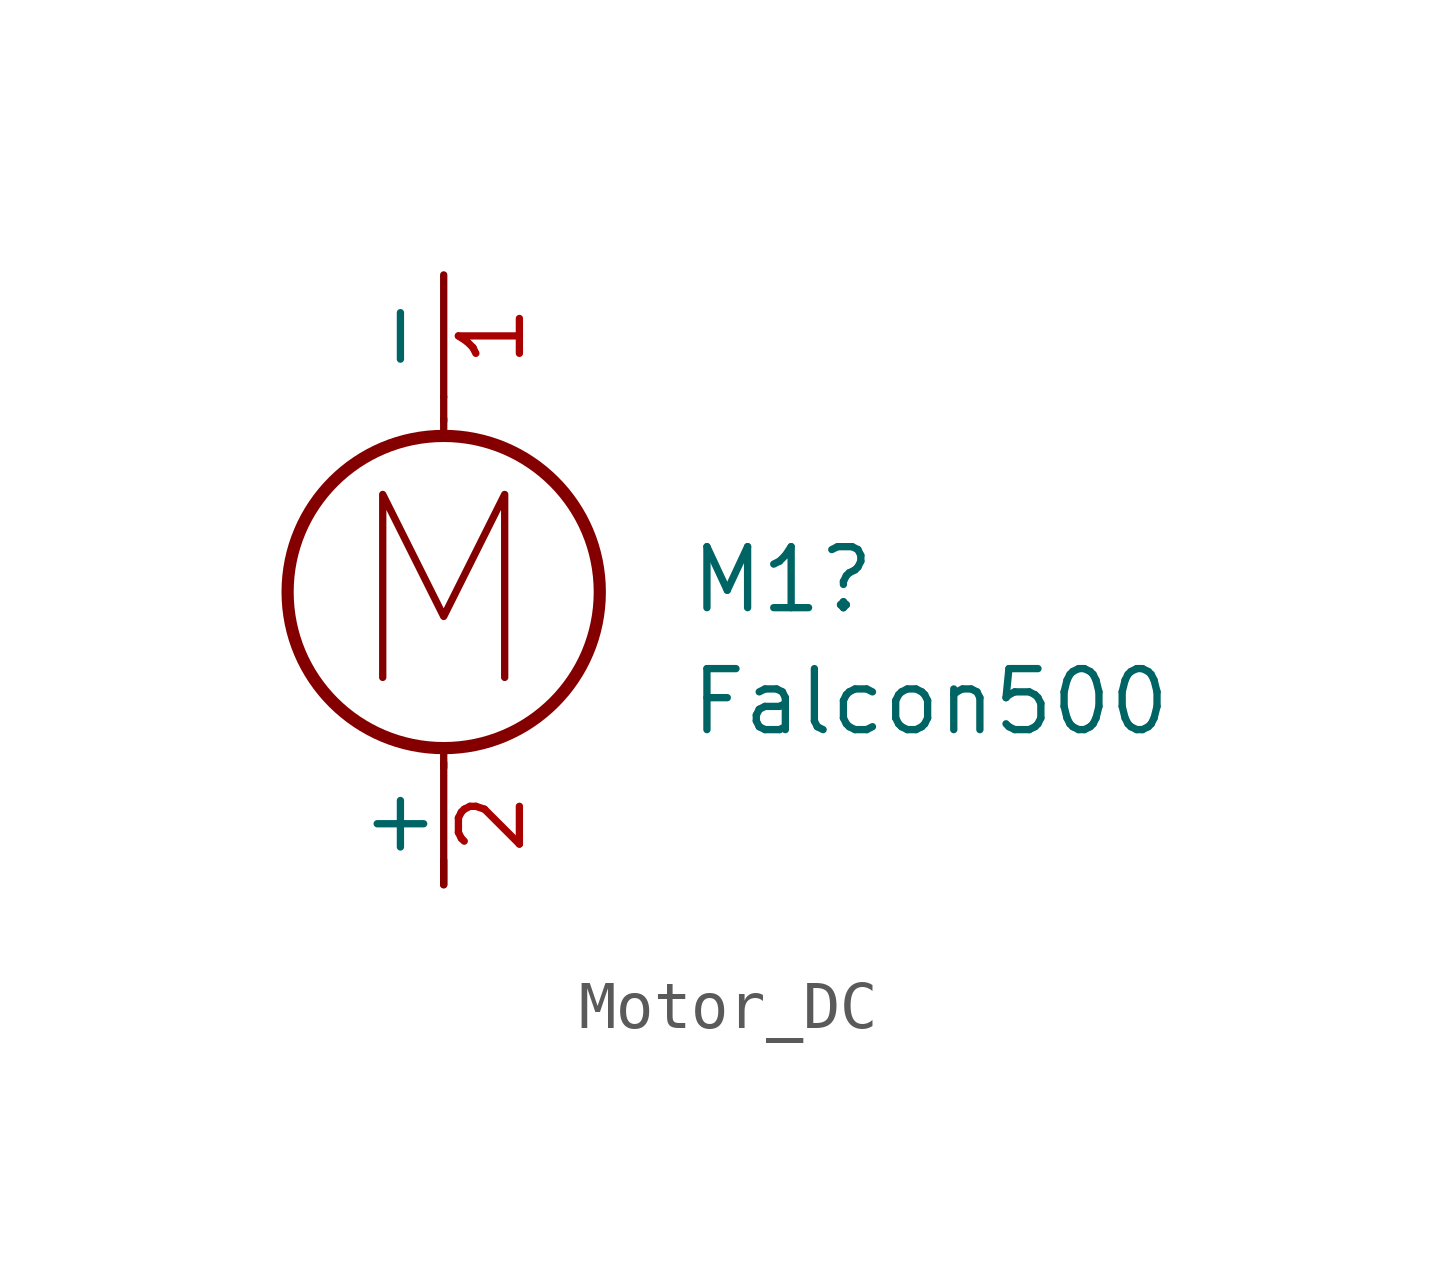
<source format=kicad_sym>
(kicad_symbol_lib
  (version 20241209)
  (generator "kicad_symbol_editor")
  (generator_version "9.0")
  (symbol "Motor_DC"
    (pin_names
      (offset 0))
    (property "Reference" "M1"
      (at 5.08 -1.27 0)
      (effects (font (size 1.27 1.27)) (justify left)))
    (property "Value" "Falcon500"
      (at 5.08 -3.81 0)
      (effects (font (size 1.27 1.27)) (justify left)))
    (symbol "Motor_DC_0_0"
      (polyline (pts (xy -1.27 -3.302) (xy -1.27 0.508) (xy 0 -2.032) (xy 1.27 0.508) (xy 1.27 -3.302)) (stroke (width 0) (type default)) (fill (type none))))
    (symbol "Motor_DC_0_1"
      (polyline (pts (xy 0 2.032) (xy 0 2.54)) (stroke (width 0) (type default)) (fill (type none)))
      (polyline (pts (xy 0 1.727) (xy 0 2.083)) (stroke (width 0) (type default)) (fill (type none)))
      (circle (center 0 -1.524) (radius 3.251) (stroke (width 0.254) (type default)) (fill (type none)))
      (polyline (pts (xy 0 -4.775) (xy 0 -5.182)) (stroke (width 0) (type default)) (fill (type none)))
      (polyline (pts (xy 0 -7.62) (xy 0 -7.112)) (stroke (width 0) (type default)) (fill (type none))))
    (symbol "Motor_DC_1_1"
      (pin passive line (at 0 5.08 270) (length 2.54) (name "-" (effects (font (size 1.27 1.27)))) (number "1" (effects (font (size 1.27 1.27)))))
      (pin passive line (at 0 -7.62 90) (length 2.54) (name "+" (effects (font (size 1.27 1.27)))) (number "2" (effects (font (size 1.27 1.27))))))))
</source>
